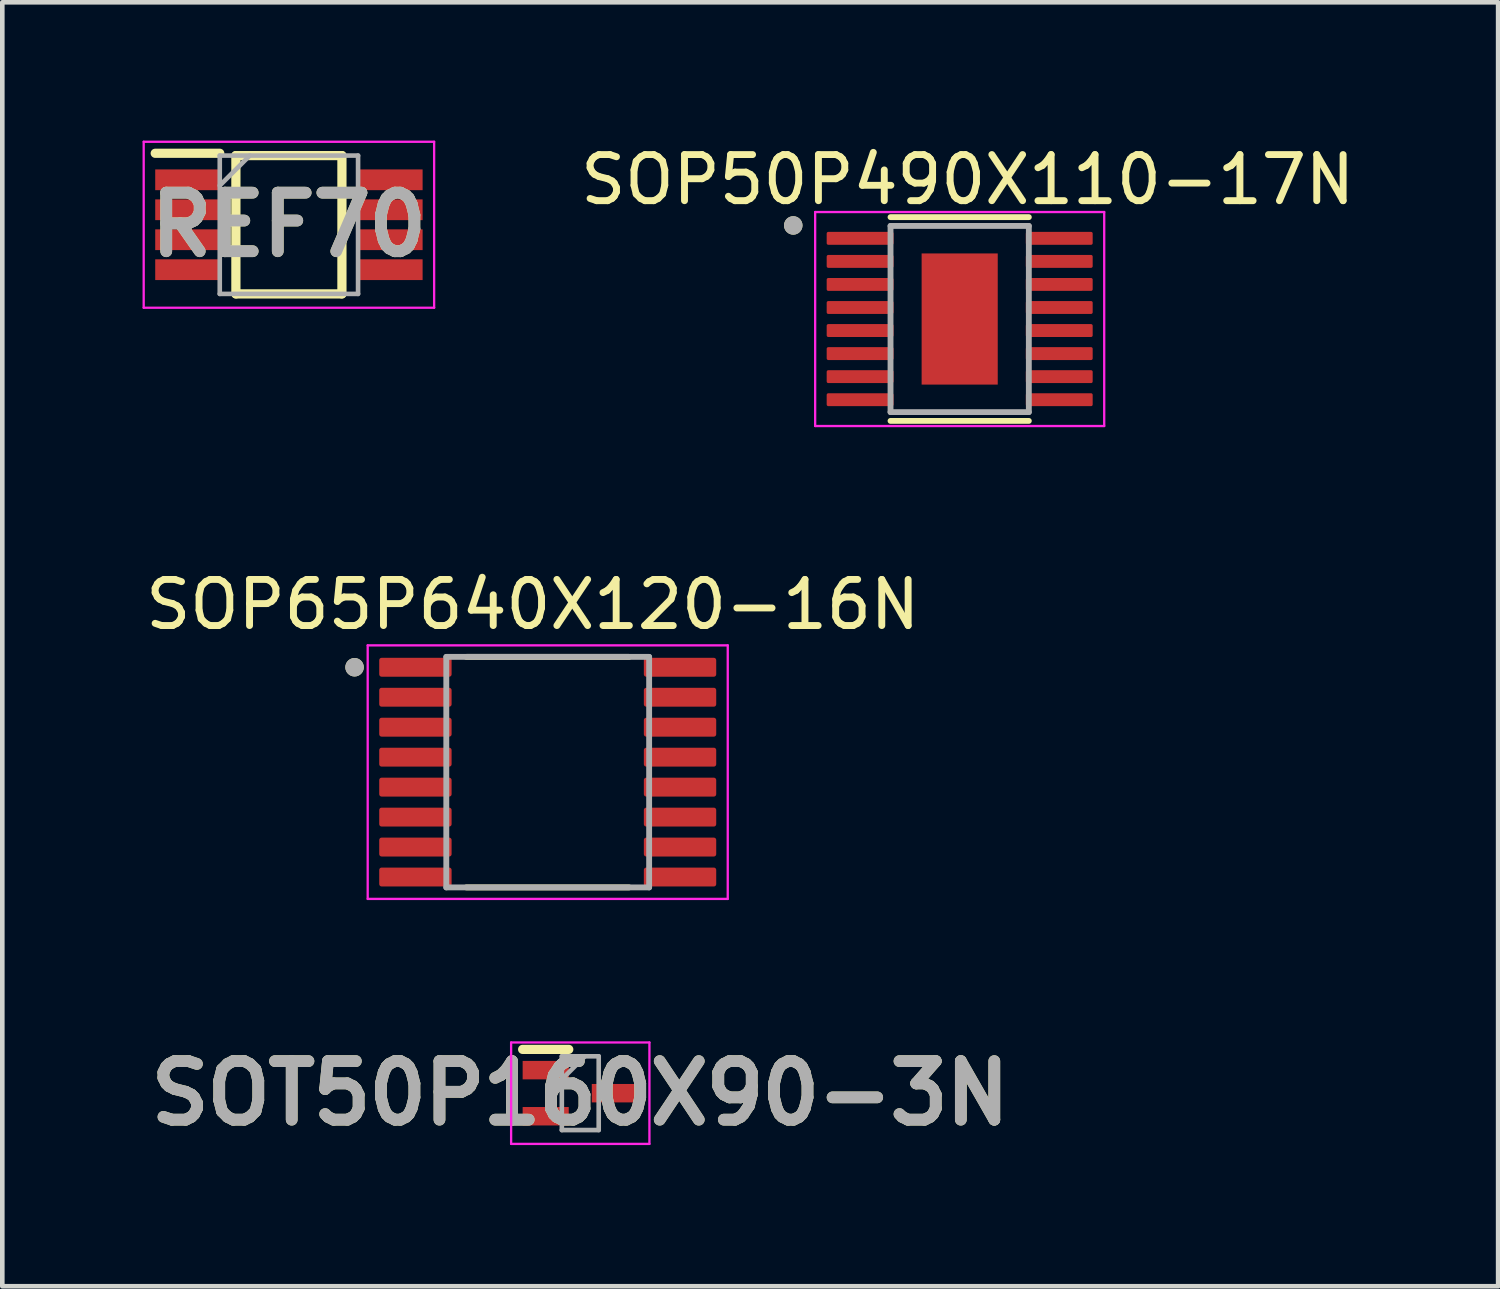
<source format=kicad_pcb>
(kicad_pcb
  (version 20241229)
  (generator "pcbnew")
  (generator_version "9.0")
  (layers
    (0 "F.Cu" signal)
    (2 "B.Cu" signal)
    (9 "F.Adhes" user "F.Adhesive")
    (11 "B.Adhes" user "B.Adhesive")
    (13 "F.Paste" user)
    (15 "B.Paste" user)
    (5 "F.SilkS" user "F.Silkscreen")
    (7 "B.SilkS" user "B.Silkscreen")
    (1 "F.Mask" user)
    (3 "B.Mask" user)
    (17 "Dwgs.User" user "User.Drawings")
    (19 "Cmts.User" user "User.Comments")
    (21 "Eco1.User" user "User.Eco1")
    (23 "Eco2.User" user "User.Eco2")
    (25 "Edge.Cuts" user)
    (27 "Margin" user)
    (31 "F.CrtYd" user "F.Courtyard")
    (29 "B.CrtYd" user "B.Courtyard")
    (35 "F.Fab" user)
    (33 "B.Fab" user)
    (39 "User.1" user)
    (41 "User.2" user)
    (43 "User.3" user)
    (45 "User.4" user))
  (footprint "SOT50P160X90-3N"
    (layer "F.Cu")
    (at 9.537 20.663)
    (property "Reference" "SOT50P160X90-3N" (at 0 0 0) (layer "F.SilkS") (effects (font (size 1.27 1.27) (thickness 0.254))))
    (attr smd)
    (fp_line (start -1.25 -0.95) (end -0.25 -0.95) (stroke (width 0.2) (type solid)) (layer "F.SilkS"))
    (fp_line (start -1.5 -1.1) (end 1.5 -1.1) (stroke (width 0.05) (type solid)) (layer "F.CrtYd"))
    (fp_line (start -1.5 1.1) (end -1.5 -1.1) (stroke (width 0.05) (type solid)) (layer "F.CrtYd"))
    (fp_line (start 1.5 -1.1) (end 1.5 1.1) (stroke (width 0.05) (type solid)) (layer "F.CrtYd"))
    (fp_line (start 1.5 1.1) (end -1.5 1.1) (stroke (width 0.05) (type solid)) (layer "F.CrtYd"))
    (fp_line (start -0.4 -0.8) (end 0.4 -0.8) (stroke (width 0.1) (type solid)) (layer "F.Fab"))
    (fp_line (start -0.4 -0.3) (end 0.1 -0.8) (stroke (width 0.1) (type solid)) (layer "F.Fab"))
    (fp_line (start -0.4 0.8) (end -0.4 -0.8) (stroke (width 0.1) (type solid)) (layer "F.Fab"))
    (fp_line (start 0.4 -0.8) (end 0.4 0.8) (stroke (width 0.1) (type solid)) (layer "F.Fab"))
    (fp_line (start 0.4 0.8) (end -0.4 0.8) (stroke (width 0.1) (type solid)) (layer "F.Fab"))
    (fp_text user "${REFERENCE}" (at 0 0 0) (layer "F.Fab") (effects (font (size 1.27 1.27) (thickness 0.254))))
    (pad "1" smd rect (at -0.75 -0.5 90) (size 0.4 1) (layers "F.Cu" "F.Mask" "F.Paste"))
    (pad "2" smd rect (at -0.75 0.5 90) (size 0.4 1) (layers "F.Cu" "F.Mask" "F.Paste"))
    (pad "3" smd rect (at 0.75 0 90) (size 0.4 1) (layers "F.Cu" "F.Mask" "F.Paste")))
  (footprint "SOP50P490X110-17N"
    (layer "F.Cu")
    (at 17.767 3.87)
    (property "Reference" "SOP50P490X110-17N" (at 0.174 -3.022 0) (layer "F.SilkS") (effects (font (size 1 1) (thickness 0.15))))
    (attr smd)
    (fp_line (start -1.5 -2.21) (end 1.5 -2.21) (stroke (width 0.127) (type solid)) (layer "F.SilkS"))
    (fp_line (start -1.5 2.21) (end 1.5 2.21) (stroke (width 0.127) (type solid)) (layer "F.SilkS"))
    (fp_circle (center -3.61 -2.03) (end -3.51 -2.03) (stroke (width 0.2) (type solid)) (fill no) (layer "F.SilkS"))
    (fp_poly (pts (xy -0.413 -0.711) (xy 0.413 -0.711) (xy 0.413 0.711) (xy -0.413 0.711)) (stroke (width 0.01) (type solid)) (fill yes) (layer "F.Paste"))
    (fp_line (start -3.135 -2.321) (end -3.135 2.321) (stroke (width 0.05) (type solid)) (layer "F.CrtYd"))
    (fp_line (start -3.135 -2.321) (end 3.135 -2.321) (stroke (width 0.05) (type solid)) (layer "F.CrtYd"))
    (fp_line (start -3.135 2.321) (end 3.135 2.321) (stroke (width 0.05) (type solid)) (layer "F.CrtYd"))
    (fp_line (start 3.135 -2.321) (end 3.135 2.321) (stroke (width 0.05) (type solid)) (layer "F.CrtYd"))
    (fp_line (start -1.5 -2.019) (end -1.5 2.019) (stroke (width 0.127) (type solid)) (layer "F.Fab"))
    (fp_line (start -1.5 -2.019) (end 1.5 -2.019) (stroke (width 0.127) (type solid)) (layer "F.Fab"))
    (fp_line (start -1.5 2.019) (end 1.5 2.019) (stroke (width 0.127) (type solid)) (layer "F.Fab"))
    (fp_line (start 1.5 -2.019) (end 1.5 2.019) (stroke (width 0.127) (type solid)) (layer "F.Fab"))
    (fp_circle (center -3.61 -2.03) (end -3.51 -2.03) (stroke (width 0.2) (type solid)) (fill no) (layer "F.Fab"))
    (pad "1" smd roundrect (at -2.16 -1.75) (size 1.45 0.28) (layers "F.Cu" "F.Mask" "F.Paste") (roundrect_rratio 0.125))
    (pad "2" smd roundrect (at -2.16 -1.25) (size 1.45 0.28) (layers "F.Cu" "F.Mask" "F.Paste") (roundrect_rratio 0.125))
    (pad "3" smd roundrect (at -2.16 -0.75) (size 1.45 0.28) (layers "F.Cu" "F.Mask" "F.Paste") (roundrect_rratio 0.125))
    (pad "4" smd roundrect (at -2.16 -0.25) (size 1.45 0.28) (layers "F.Cu" "F.Mask" "F.Paste") (roundrect_rratio 0.125))
    (pad "5" smd roundrect (at -2.16 0.25) (size 1.45 0.28) (layers "F.Cu" "F.Mask" "F.Paste") (roundrect_rratio 0.125))
    (pad "6" smd roundrect (at -2.16 0.75) (size 1.45 0.28) (layers "F.Cu" "F.Mask" "F.Paste") (roundrect_rratio 0.125))
    (pad "7" smd roundrect (at -2.16 1.25) (size 1.45 0.28) (layers "F.Cu" "F.Mask" "F.Paste") (roundrect_rratio 0.125))
    (pad "8" smd roundrect (at -2.16 1.75) (size 1.45 0.28) (layers "F.Cu" "F.Mask" "F.Paste") (roundrect_rratio 0.125))
    (pad "9" smd roundrect (at 2.16 1.75) (size 1.45 0.28) (layers "F.Cu" "F.Mask" "F.Paste") (roundrect_rratio 0.125))
    (pad "10" smd roundrect (at 2.16 1.25) (size 1.45 0.28) (layers "F.Cu" "F.Mask" "F.Paste") (roundrect_rratio 0.125))
    (pad "11" smd roundrect (at 2.16 0.75) (size 1.45 0.28) (layers "F.Cu" "F.Mask" "F.Paste") (roundrect_rratio 0.125))
    (pad "12" smd roundrect (at 2.16 0.25) (size 1.45 0.28) (layers "F.Cu" "F.Mask" "F.Paste") (roundrect_rratio 0.125))
    (pad "13" smd roundrect (at 2.16 -0.25) (size 1.45 0.28) (layers "F.Cu" "F.Mask" "F.Paste") (roundrect_rratio 0.125))
    (pad "14" smd roundrect (at 2.16 -0.75) (size 1.45 0.28) (layers "F.Cu" "F.Mask" "F.Paste") (roundrect_rratio 0.125))
    (pad "15" smd roundrect (at 2.16 -1.25) (size 1.45 0.28) (layers "F.Cu" "F.Mask" "F.Paste") (roundrect_rratio 0.125))
    (pad "16" smd roundrect (at 2.16 -1.75) (size 1.45 0.28) (layers "F.Cu" "F.Mask" "F.Paste") (roundrect_rratio 0.125))
    (pad "17" smd rect (at 0 0) (size 1.651 2.845) (layers "F.Cu" "F.Mask")))
  (footprint "REF70"
    (layer "F.Cu")
    (at 3.217 1.825)
    (property "Reference" "REF70" (at 0 0 0) (layer "F.SilkS") (effects (font (size 1.27 1.27) (thickness 0.254))))
    (attr smd)
    (fp_line (start -2.9 -1.55) (end -1.5 -1.55) (stroke (width 0.2) (type solid)) (layer "F.SilkS"))
    (fp_line (start -1.15 -1.5) (end 1.15 -1.5) (stroke (width 0.2) (type solid)) (layer "F.SilkS"))
    (fp_line (start -1.15 1.5) (end -1.15 -1.5) (stroke (width 0.2) (type solid)) (layer "F.SilkS"))
    (fp_line (start 1.15 -1.5) (end 1.15 1.5) (stroke (width 0.2) (type solid)) (layer "F.SilkS"))
    (fp_line (start 1.15 1.5) (end -1.15 1.5) (stroke (width 0.2) (type solid)) (layer "F.SilkS"))
    (fp_line (start -3.15 -1.8) (end 3.15 -1.8) (stroke (width 0.05) (type solid)) (layer "F.CrtYd"))
    (fp_line (start -3.15 1.8) (end -3.15 -1.8) (stroke (width 0.05) (type solid)) (layer "F.CrtYd"))
    (fp_line (start 3.15 -1.8) (end 3.15 1.8) (stroke (width 0.05) (type solid)) (layer "F.CrtYd"))
    (fp_line (start 3.15 1.8) (end -3.15 1.8) (stroke (width 0.05) (type solid)) (layer "F.CrtYd"))
    (fp_line (start -1.5 -1.5) (end 1.5 -1.5) (stroke (width 0.1) (type solid)) (layer "F.Fab"))
    (fp_line (start -1.5 -0.85) (end -0.85 -1.5) (stroke (width 0.1) (type solid)) (layer "F.Fab"))
    (fp_line (start -1.5 1.5) (end -1.5 -1.5) (stroke (width 0.1) (type solid)) (layer "F.Fab"))
    (fp_line (start 1.5 -1.5) (end 1.5 1.5) (stroke (width 0.1) (type solid)) (layer "F.Fab"))
    (fp_line (start 1.5 1.5) (end -1.5 1.5) (stroke (width 0.1) (type solid)) (layer "F.Fab"))
    (fp_text user "${REFERENCE}" (at 0 0 0) (layer "F.Fab") (effects (font (size 1.27 1.27) (thickness 0.254))))
    (pad "1" smd rect (at -2.2 -0.975 90) (size 0.45 1.4) (layers "F.Cu" "F.Mask" "F.Paste"))
    (pad "2" smd rect (at -2.2 -0.325 90) (size 0.45 1.4) (layers "F.Cu" "F.Mask" "F.Paste"))
    (pad "3" smd rect (at -2.2 0.325 90) (size 0.45 1.4) (layers "F.Cu" "F.Mask" "F.Paste"))
    (pad "4" smd rect (at -2.2 0.975 90) (size 0.45 1.4) (layers "F.Cu" "F.Mask" "F.Paste"))
    (pad "5" smd rect (at 2.2 0.975 90) (size 0.45 1.4) (layers "F.Cu" "F.Mask" "F.Paste"))
    (pad "6" smd rect (at 2.2 0.325 90) (size 0.45 1.4) (layers "F.Cu" "F.Mask" "F.Paste"))
    (pad "7" smd rect (at 2.2 -0.325 90) (size 0.45 1.4) (layers "F.Cu" "F.Mask" "F.Paste"))
    (pad "8" smd rect (at 2.2 -0.975 90) (size 0.45 1.4) (layers "F.Cu" "F.Mask" "F.Paste")))
  (footprint "SOP65P640X120-16N"
    (layer "F.Cu")
    (at 8.831 13.699)
    (property "Reference" "SOP65P640X120-16N" (at -0.325 -3.635 0) (layer "F.SilkS") (effects (font (size 1 1) (thickness 0.15))))
    (attr smd)
    (fp_line (start -1.765 -2.5) (end 1.765 -2.5) (stroke (width 0.127) (type solid)) (layer "F.SilkS"))
    (fp_line (start 1.765 2.5) (end -1.765 2.5) (stroke (width 0.127) (type solid)) (layer "F.SilkS"))
    (fp_circle (center -4.19 -2.275) (end -4.09 -2.275) (stroke (width 0.2) (type solid)) (fill no) (layer "F.SilkS"))
    (fp_line (start -3.905 -2.75) (end -3.905 2.75) (stroke (width 0.05) (type solid)) (layer "F.CrtYd"))
    (fp_line (start -3.905 -2.75) (end 3.905 -2.75) (stroke (width 0.05) (type solid)) (layer "F.CrtYd"))
    (fp_line (start -3.905 2.75) (end 3.905 2.75) (stroke (width 0.05) (type solid)) (layer "F.CrtYd"))
    (fp_line (start 3.905 -2.75) (end 3.905 2.75) (stroke (width 0.05) (type solid)) (layer "F.CrtYd"))
    (fp_line (start -2.2 -2.5) (end -2.2 2.5) (stroke (width 0.127) (type solid)) (layer "F.Fab"))
    (fp_line (start -2.2 -2.5) (end 2.2 -2.5) (stroke (width 0.127) (type solid)) (layer "F.Fab"))
    (fp_line (start -2.2 2.5) (end 2.2 2.5) (stroke (width 0.127) (type solid)) (layer "F.Fab"))
    (fp_line (start 2.2 -2.5) (end 2.2 2.5) (stroke (width 0.127) (type solid)) (layer "F.Fab"))
    (fp_circle (center -4.19 -2.275) (end -4.09 -2.275) (stroke (width 0.2) (type solid)) (fill no) (layer "F.Fab"))
    (pad "1" smd roundrect (at -2.87 -2.275) (size 1.57 0.41) (layers "F.Cu" "F.Mask" "F.Paste") (roundrect_rratio 0.125))
    (pad "2" smd roundrect (at -2.87 -1.625) (size 1.57 0.41) (layers "F.Cu" "F.Mask" "F.Paste") (roundrect_rratio 0.125))
    (pad "3" smd roundrect (at -2.87 -0.975) (size 1.57 0.41) (layers "F.Cu" "F.Mask" "F.Paste") (roundrect_rratio 0.125))
    (pad "4" smd roundrect (at -2.87 -0.325) (size 1.57 0.41) (layers "F.Cu" "F.Mask" "F.Paste") (roundrect_rratio 0.125))
    (pad "5" smd roundrect (at -2.87 0.325) (size 1.57 0.41) (layers "F.Cu" "F.Mask" "F.Paste") (roundrect_rratio 0.125))
    (pad "6" smd roundrect (at -2.87 0.975) (size 1.57 0.41) (layers "F.Cu" "F.Mask" "F.Paste") (roundrect_rratio 0.125))
    (pad "7" smd roundrect (at -2.87 1.625) (size 1.57 0.41) (layers "F.Cu" "F.Mask" "F.Paste") (roundrect_rratio 0.125))
    (pad "8" smd roundrect (at -2.87 2.275) (size 1.57 0.41) (layers "F.Cu" "F.Mask" "F.Paste") (roundrect_rratio 0.125))
    (pad "9" smd roundrect (at 2.87 2.275) (size 1.57 0.41) (layers "F.Cu" "F.Mask" "F.Paste") (roundrect_rratio 0.125))
    (pad "10" smd roundrect (at 2.87 1.625) (size 1.57 0.41) (layers "F.Cu" "F.Mask" "F.Paste") (roundrect_rratio 0.125))
    (pad "11" smd roundrect (at 2.87 0.975) (size 1.57 0.41) (layers "F.Cu" "F.Mask" "F.Paste") (roundrect_rratio 0.125))
    (pad "12" smd roundrect (at 2.87 0.325) (size 1.57 0.41) (layers "F.Cu" "F.Mask" "F.Paste") (roundrect_rratio 0.125))
    (pad "13" smd roundrect (at 2.87 -0.325) (size 1.57 0.41) (layers "F.Cu" "F.Mask" "F.Paste") (roundrect_rratio 0.125))
    (pad "14" smd roundrect (at 2.87 -0.975) (size 1.57 0.41) (layers "F.Cu" "F.Mask" "F.Paste") (roundrect_rratio 0.125))
    (pad "15" smd roundrect (at 2.87 -1.625) (size 1.57 0.41) (layers "F.Cu" "F.Mask" "F.Paste") (roundrect_rratio 0.125))
    (pad "16" smd roundrect (at 2.87 -2.275) (size 1.57 0.41) (layers "F.Cu" "F.Mask" "F.Paste") (roundrect_rratio 0.125)))
  (gr_rect
    (start -3 -3)
    (end 29.447 24.851)
    (stroke (width 0.1) (type default))
    (fill no)
    (layer "Edge.Cuts")))
</source>
